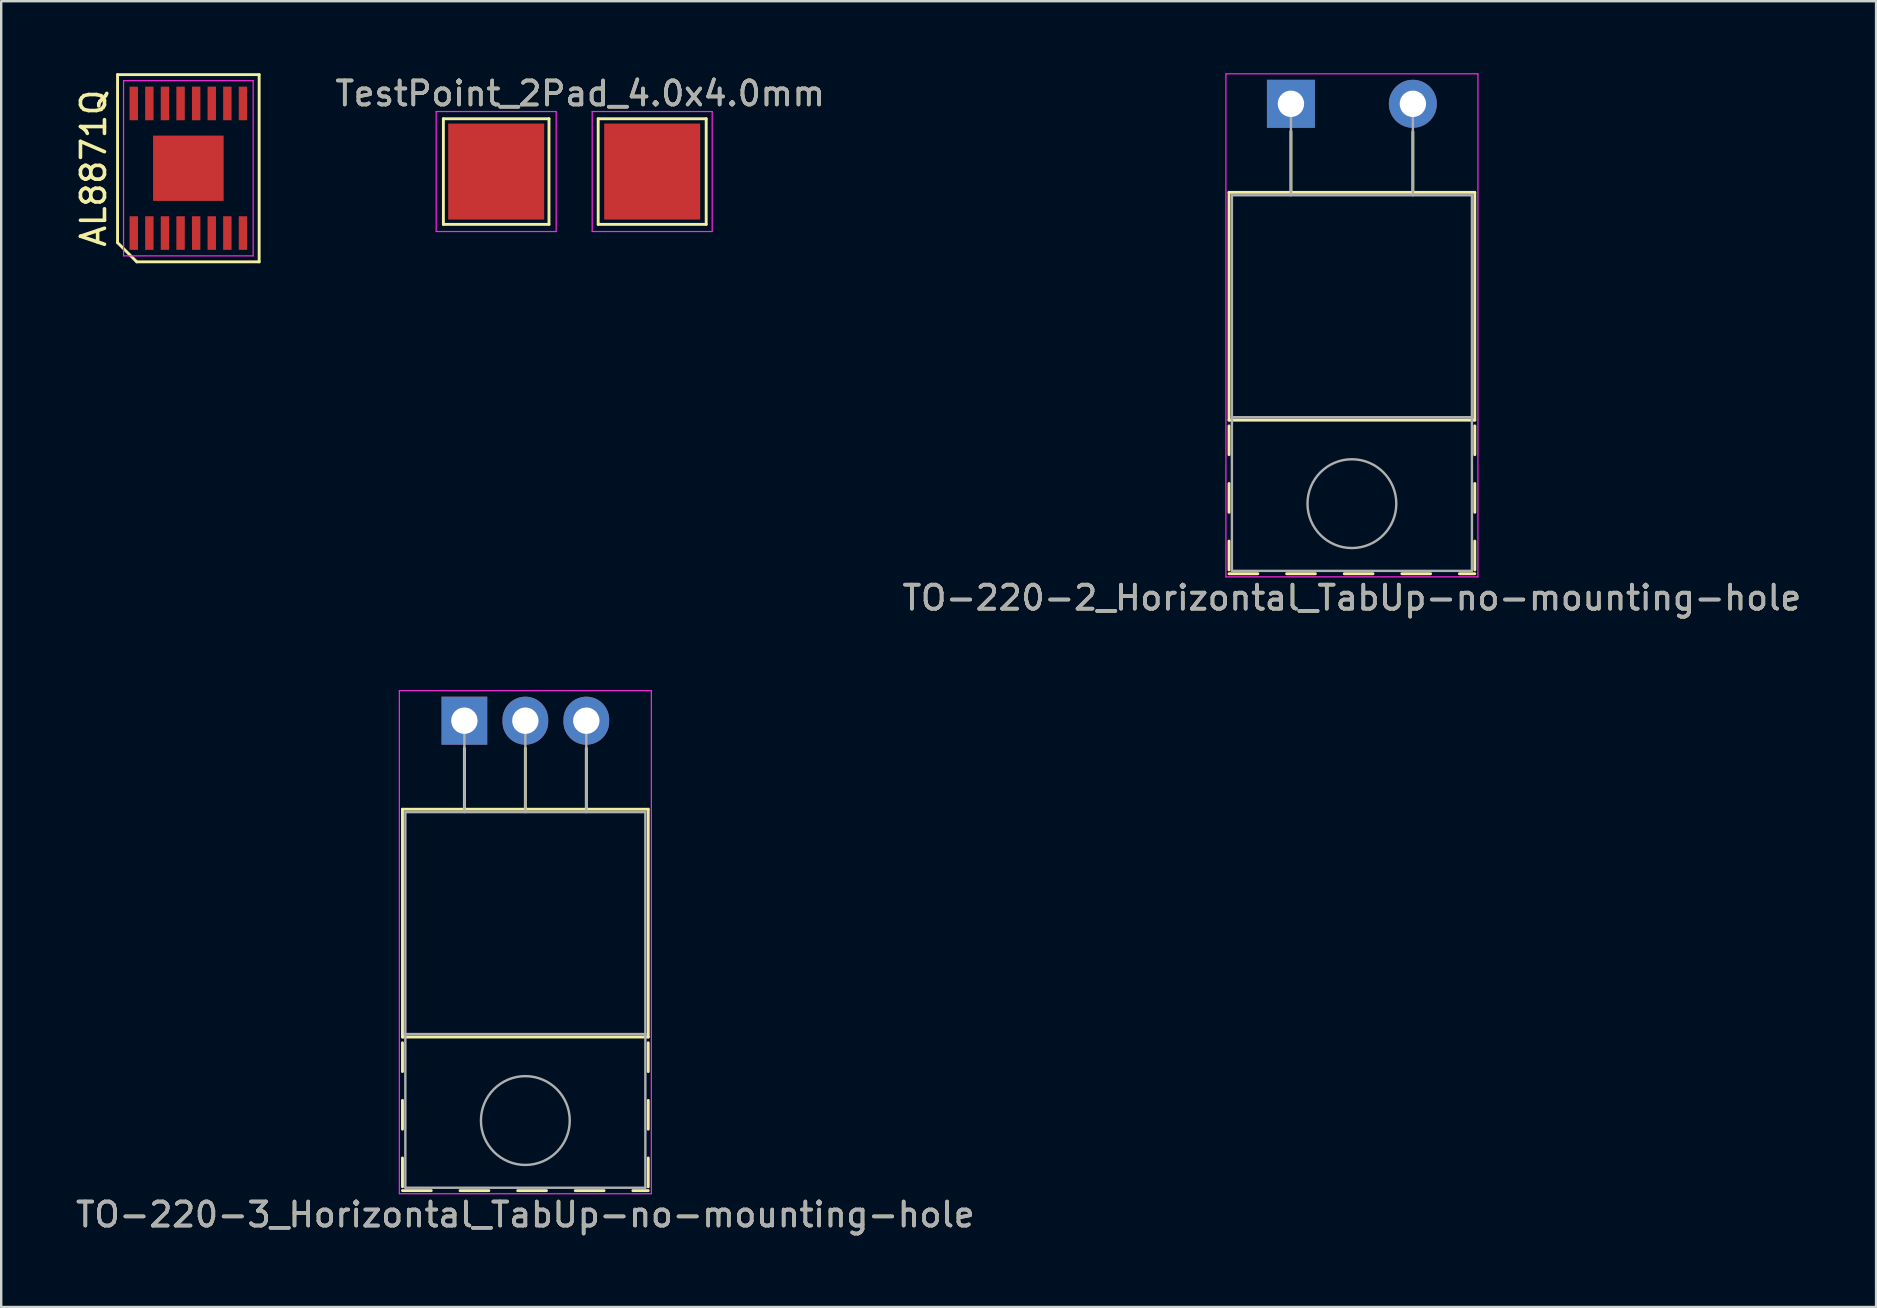
<source format=kicad_pcb>
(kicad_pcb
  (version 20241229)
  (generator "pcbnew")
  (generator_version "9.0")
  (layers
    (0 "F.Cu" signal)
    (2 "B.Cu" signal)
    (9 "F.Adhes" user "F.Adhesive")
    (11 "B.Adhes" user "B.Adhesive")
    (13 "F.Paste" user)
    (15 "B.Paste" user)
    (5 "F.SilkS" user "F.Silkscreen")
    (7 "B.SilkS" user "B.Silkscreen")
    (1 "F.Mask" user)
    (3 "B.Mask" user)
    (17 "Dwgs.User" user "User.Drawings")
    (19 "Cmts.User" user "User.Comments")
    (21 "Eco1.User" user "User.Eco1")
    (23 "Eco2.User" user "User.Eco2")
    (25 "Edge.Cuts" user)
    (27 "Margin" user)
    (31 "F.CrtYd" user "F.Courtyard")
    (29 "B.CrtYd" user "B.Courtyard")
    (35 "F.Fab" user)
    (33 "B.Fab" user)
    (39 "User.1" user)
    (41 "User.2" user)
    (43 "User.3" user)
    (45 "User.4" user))
  (footprint "TestPoint_2Pad_4.0x4.0mm"
    (layer "F.Cu")
    (at 20.874 4.348)
    (property "Reference" "TestPoint_2Pad_4.0x4.0mm" (at 0.25 -3.5 0) (layer "F.SilkS") (effects (font (size 1 1) (thickness 0.15))))
    (attr exclude_from_pos_files exclude_from_bom)
    (fp_line (start -5.45 -2.45) (end -1.05 -2.45) (stroke (width 0.12) (type solid)) (layer "F.SilkS"))
    (fp_line (start -5.45 1.95) (end -5.45 -2.45) (stroke (width 0.12) (type solid)) (layer "F.SilkS"))
    (fp_line (start -1.05 -2.45) (end -1.05 1.95) (stroke (width 0.12) (type solid)) (layer "F.SilkS"))
    (fp_line (start -1.05 1.95) (end -5.45 1.95) (stroke (width 0.12) (type solid)) (layer "F.SilkS"))
    (fp_line (start 1 -2.45) (end 1 1.95) (stroke (width 0.12) (type solid)) (layer "F.SilkS"))
    (fp_line (start 1 -2.45) (end 5.5 -2.45) (stroke (width 0.12) (type solid)) (layer "F.SilkS"))
    (fp_line (start 1 1.95) (end 5.5 1.95) (stroke (width 0.12) (type solid)) (layer "F.SilkS"))
    (fp_line (start 5.5 -2.45) (end 5.5 1.95) (stroke (width 0.12) (type solid)) (layer "F.SilkS"))
    (fp_line (start -5.75 -2.75) (end -5.75 2.25) (stroke (width 0.05) (type solid)) (layer "F.CrtYd"))
    (fp_line (start -5.75 -2.75) (end -0.75 -2.75) (stroke (width 0.05) (type solid)) (layer "F.CrtYd"))
    (fp_line (start -0.75 2.25) (end -5.75 2.25) (stroke (width 0.05) (type solid)) (layer "F.CrtYd"))
    (fp_line (start -0.75 2.25) (end -0.75 -2.75) (stroke (width 0.05) (type solid)) (layer "F.CrtYd"))
    (fp_line (start 0.75 2.25) (end 0.75 -2.75) (stroke (width 0.05) (type solid)) (layer "F.CrtYd"))
    (fp_line (start 5.75 -2.75) (end 0.75 -2.75) (stroke (width 0.05) (type solid)) (layer "F.CrtYd"))
    (fp_line (start 5.75 2.25) (end 0.75 2.25) (stroke (width 0.05) (type solid)) (layer "F.CrtYd"))
    (fp_line (start 5.75 2.25) (end 5.75 -2.75) (stroke (width 0.05) (type solid)) (layer "F.CrtYd"))
    (fp_text user "${REFERENCE}" (at 0.25 -3.5 0) (layer "F.Fab") (effects (font (size 1 1) (thickness 0.15))))
    (pad "1" smd rect (at -3.25 -0.25) (size 4 4) (layers "F.Cu" "F.Mask"))
    (pad "2" smd rect (at 3.25 -0.25) (size 4 4) (layers "F.Cu" "F.Mask")))
  (footprint "AL8871Q"
    (layer "F.Cu")
    (at 4.798 3.96)
    (property "Reference" "AL8871Q" (at -3.95 0 90) (layer "F.SilkS") (effects (font (size 1 1) (thickness 0.15))))
    (attr smd)
    (fp_line (start -2.95 -3.9) (end 2.95 -3.9) (stroke (width 0.12) (type solid)) (layer "F.SilkS"))
    (fp_line (start -2.95 3.1) (end -2.95 -3.9) (stroke (width 0.12) (type solid)) (layer "F.SilkS"))
    (fp_line (start -2.15 3.9) (end -2.95 3.1) (stroke (width 0.12) (type solid)) (layer "F.SilkS"))
    (fp_line (start 2.95 -3.9) (end 2.95 3.9) (stroke (width 0.12) (type solid)) (layer "F.SilkS"))
    (fp_line (start 2.95 3.9) (end -2.15 3.9) (stroke (width 0.12) (type solid)) (layer "F.SilkS"))
    (fp_line (start -2.7 -3.65) (end 2.7 -3.65) (stroke (width 0.05) (type solid)) (layer "F.CrtYd"))
    (fp_line (start -2.7 3.65) (end -2.7 -3.65) (stroke (width 0.05) (type solid)) (layer "F.CrtYd"))
    (fp_line (start 2.7 -3.65) (end 2.7 3.65) (stroke (width 0.05) (type solid)) (layer "F.CrtYd"))
    (fp_line (start 2.7 3.65) (end -2.7 3.65) (stroke (width 0.05) (type solid)) (layer "F.CrtYd"))
    (pad "1" smd rect (at -2.275 2.7) (size 0.35 1.4) (layers "F.Cu" "F.Mask" "F.Paste"))
    (pad "2" smd rect (at -1.625 2.7) (size 0.35 1.4) (layers "F.Cu" "F.Mask" "F.Paste"))
    (pad "3" smd rect (at -0.975 2.7) (size 0.35 1.4) (layers "F.Cu" "F.Mask" "F.Paste"))
    (pad "4" smd rect (at -0.325 2.7) (size 0.35 1.4) (layers "F.Cu" "F.Mask" "F.Paste"))
    (pad "5" smd rect (at 0.325 2.7) (size 0.35 1.4) (layers "F.Cu" "F.Mask" "F.Paste"))
    (pad "6" smd rect (at 0.975 2.7) (size 0.35 1.4) (layers "F.Cu" "F.Mask" "F.Paste"))
    (pad "7" smd rect (at 1.625 2.7) (size 0.35 1.4) (layers "F.Cu" "F.Mask" "F.Paste"))
    (pad "8" smd rect (at 2.275 2.7) (size 0.35 1.4) (layers "F.Cu" "F.Mask" "F.Paste"))
    (pad "9" smd rect (at 2.275 -2.7) (size 0.35 1.4) (layers "F.Cu" "F.Mask" "F.Paste"))
    (pad "10" smd rect (at 1.625 -2.7) (size 0.35 1.4) (layers "F.Cu" "F.Mask" "F.Paste"))
    (pad "11" smd rect (at 0.975 -2.7) (size 0.35 1.4) (layers "F.Cu" "F.Mask" "F.Paste"))
    (pad "12" smd rect (at 0.325 -2.7) (size 0.35 1.4) (layers "F.Cu" "F.Mask" "F.Paste"))
    (pad "13" smd rect (at -0.325 -2.7) (size 0.35 1.4) (layers "F.Cu" "F.Mask" "F.Paste"))
    (pad "14" smd rect (at -0.975 -2.7) (size 0.35 1.4) (layers "F.Cu" "F.Mask" "F.Paste"))
    (pad "15" smd rect (at -1.625 -2.7) (size 0.35 1.4) (layers "F.Cu" "F.Mask" "F.Paste"))
    (pad "16" smd rect (at -2.275 -2.7) (size 0.35 1.4) (layers "F.Cu" "F.Mask" "F.Paste"))
    (pad "17" smd rect (at 0 0) (size 2.94 2.72) (layers "F.Cu" "F.Mask" "F.Paste")))
  (footprint "TO-220-3_Horizontal_TabUp-no-mounting-hole"
    (layer "F.Cu")
    (at 16.299 26.978)
    (property "Reference" "TO-220-3_Horizontal_TabUp-no-mounting-hole" (at 2.54 20.58 0) (layer "F.SilkS") (effects (font (size 1 1) (thickness 0.15))))
    (attr through_hole)
    (fp_line (start -2.58 3.69) (end -2.58 13.18) (stroke (width 0.12) (type solid)) (layer "F.SilkS"))
    (fp_line (start -2.58 3.69) (end 7.66 3.69) (stroke (width 0.12) (type solid)) (layer "F.SilkS"))
    (fp_line (start -2.58 13.18) (end 7.66 13.18) (stroke (width 0.12) (type solid)) (layer "F.SilkS"))
    (fp_line (start -2.58 13.42) (end -2.58 14.62) (stroke (width 0.12) (type solid)) (layer "F.SilkS"))
    (fp_line (start -2.58 15.82) (end -2.58 17.02) (stroke (width 0.12) (type solid)) (layer "F.SilkS"))
    (fp_line (start -2.58 18.22) (end -2.58 19.42) (stroke (width 0.12) (type solid)) (layer "F.SilkS"))
    (fp_line (start -2.58 19.58) (end -1.38 19.58) (stroke (width 0.12) (type solid)) (layer "F.SilkS"))
    (fp_line (start -0.181 19.58) (end 1.02 19.58) (stroke (width 0.12) (type solid)) (layer "F.SilkS"))
    (fp_line (start 0 1.15) (end 0 3.69) (stroke (width 0.12) (type solid)) (layer "F.SilkS"))
    (fp_line (start 2.22 19.58) (end 3.42 19.58) (stroke (width 0.12) (type solid)) (layer "F.SilkS"))
    (fp_line (start 2.54 1.15) (end 2.54 3.69) (stroke (width 0.12) (type solid)) (layer "F.SilkS"))
    (fp_line (start 4.62 19.58) (end 5.82 19.58) (stroke (width 0.12) (type solid)) (layer "F.SilkS"))
    (fp_line (start 5.08 1.15) (end 5.08 3.69) (stroke (width 0.12) (type solid)) (layer "F.SilkS"))
    (fp_line (start 7.02 19.58) (end 7.66 19.58) (stroke (width 0.12) (type solid)) (layer "F.SilkS"))
    (fp_line (start 7.66 3.69) (end 7.66 13.18) (stroke (width 0.12) (type solid)) (layer "F.SilkS"))
    (fp_line (start 7.66 13.42) (end 7.66 14.62) (stroke (width 0.12) (type solid)) (layer "F.SilkS"))
    (fp_line (start 7.66 15.82) (end 7.66 17.02) (stroke (width 0.12) (type solid)) (layer "F.SilkS"))
    (fp_line (start 7.66 18.22) (end 7.66 19.42) (stroke (width 0.12) (type solid)) (layer "F.SilkS"))
    (fp_line (start -2.71 -1.25) (end -2.71 19.71) (stroke (width 0.05) (type solid)) (layer "F.CrtYd"))
    (fp_line (start -2.71 19.71) (end 7.79 19.71) (stroke (width 0.05) (type solid)) (layer "F.CrtYd"))
    (fp_line (start 7.79 -1.25) (end -2.71 -1.25) (stroke (width 0.05) (type solid)) (layer "F.CrtYd"))
    (fp_line (start 7.79 19.71) (end 7.79 -1.25) (stroke (width 0.05) (type solid)) (layer "F.CrtYd"))
    (fp_line (start -2.46 3.81) (end -2.46 13.06) (stroke (width 0.1) (type solid)) (layer "F.Fab"))
    (fp_line (start -2.46 13.06) (end -2.46 19.46) (stroke (width 0.1) (type solid)) (layer "F.Fab"))
    (fp_line (start -2.46 13.06) (end 7.54 13.06) (stroke (width 0.1) (type solid)) (layer "F.Fab"))
    (fp_line (start -2.46 19.46) (end 7.54 19.46) (stroke (width 0.1) (type solid)) (layer "F.Fab"))
    (fp_line (start 0 3.81) (end 0 0) (stroke (width 0.1) (type solid)) (layer "F.Fab"))
    (fp_line (start 2.54 3.81) (end 2.54 0) (stroke (width 0.1) (type solid)) (layer "F.Fab"))
    (fp_line (start 5.08 3.81) (end 5.08 0) (stroke (width 0.1) (type solid)) (layer "F.Fab"))
    (fp_line (start 7.54 3.81) (end -2.46 3.81) (stroke (width 0.1) (type solid)) (layer "F.Fab"))
    (fp_line (start 7.54 13.06) (end -2.46 13.06) (stroke (width 0.1) (type solid)) (layer "F.Fab"))
    (fp_line (start 7.54 13.06) (end 7.54 3.81) (stroke (width 0.1) (type solid)) (layer "F.Fab"))
    (fp_line (start 7.54 19.46) (end 7.54 13.06) (stroke (width 0.1) (type solid)) (layer "F.Fab"))
    (fp_circle (center 2.54 16.66) (end 4.39 16.66) (stroke (width 0.1) (type solid)) (fill no) (layer "F.Fab"))
    (fp_text user "${REFERENCE}" (at 2.54 20.58 0) (layer "F.Fab") (effects (font (size 1 1) (thickness 0.15))))
    (pad "1" thru_hole rect (at 0 0) (size 1.905 2) (drill 1.1) (layers "*.Cu" "*.Mask"))
    (pad "2" thru_hole oval (at 2.54 0) (size 1.905 2) (drill 1.1) (layers "*.Cu" "*.Mask"))
    (pad "3" thru_hole oval (at 5.08 0) (size 1.905 2) (drill 1.1) (layers "*.Cu" "*.Mask")))
  (footprint "TO-220-2_Horizontal_TabUp-no-mounting-hole"
    (layer "F.Cu")
    (at 50.738 1.275)
    (property "Reference" "TO-220-2_Horizontal_TabUp-no-mounting-hole" (at 2.54 20.58 0) (layer "F.SilkS") (effects (font (size 1 1) (thickness 0.15))))
    (attr through_hole)
    (fp_line (start -2.58 3.69) (end -2.58 13.18) (stroke (width 0.12) (type solid)) (layer "F.SilkS"))
    (fp_line (start -2.58 3.69) (end 7.66 3.69) (stroke (width 0.12) (type solid)) (layer "F.SilkS"))
    (fp_line (start -2.58 13.18) (end 7.66 13.18) (stroke (width 0.12) (type solid)) (layer "F.SilkS"))
    (fp_line (start -2.58 13.42) (end -2.58 14.62) (stroke (width 0.12) (type solid)) (layer "F.SilkS"))
    (fp_line (start -2.58 15.82) (end -2.58 17.02) (stroke (width 0.12) (type solid)) (layer "F.SilkS"))
    (fp_line (start -2.58 18.22) (end -2.58 19.42) (stroke (width 0.12) (type solid)) (layer "F.SilkS"))
    (fp_line (start -2.58 19.58) (end -1.38 19.58) (stroke (width 0.12) (type solid)) (layer "F.SilkS"))
    (fp_line (start -0.181 19.58) (end 1.02 19.58) (stroke (width 0.12) (type solid)) (layer "F.SilkS"))
    (fp_line (start 0 1.15) (end 0 3.69) (stroke (width 0.12) (type solid)) (layer "F.SilkS"))
    (fp_line (start 2.22 19.58) (end 3.42 19.58) (stroke (width 0.12) (type solid)) (layer "F.SilkS"))
    (fp_line (start 4.62 19.58) (end 5.82 19.58) (stroke (width 0.12) (type solid)) (layer "F.SilkS"))
    (fp_line (start 5.08 1.165) (end 5.08 3.69) (stroke (width 0.12) (type solid)) (layer "F.SilkS"))
    (fp_line (start 7.02 19.58) (end 7.66 19.58) (stroke (width 0.12) (type solid)) (layer "F.SilkS"))
    (fp_line (start 7.66 3.69) (end 7.66 13.18) (stroke (width 0.12) (type solid)) (layer "F.SilkS"))
    (fp_line (start 7.66 13.42) (end 7.66 14.62) (stroke (width 0.12) (type solid)) (layer "F.SilkS"))
    (fp_line (start 7.66 15.82) (end 7.66 17.02) (stroke (width 0.12) (type solid)) (layer "F.SilkS"))
    (fp_line (start 7.66 18.22) (end 7.66 19.42) (stroke (width 0.12) (type solid)) (layer "F.SilkS"))
    (fp_line (start -2.71 -1.25) (end -2.71 19.71) (stroke (width 0.05) (type solid)) (layer "F.CrtYd"))
    (fp_line (start -2.71 19.71) (end 7.79 19.71) (stroke (width 0.05) (type solid)) (layer "F.CrtYd"))
    (fp_line (start 7.79 -1.25) (end -2.71 -1.25) (stroke (width 0.05) (type solid)) (layer "F.CrtYd"))
    (fp_line (start 7.79 19.71) (end 7.79 -1.25) (stroke (width 0.05) (type solid)) (layer "F.CrtYd"))
    (fp_line (start -2.46 3.81) (end -2.46 13.06) (stroke (width 0.1) (type solid)) (layer "F.Fab"))
    (fp_line (start -2.46 13.06) (end -2.46 19.46) (stroke (width 0.1) (type solid)) (layer "F.Fab"))
    (fp_line (start -2.46 13.06) (end 7.54 13.06) (stroke (width 0.1) (type solid)) (layer "F.Fab"))
    (fp_line (start -2.46 19.46) (end 7.54 19.46) (stroke (width 0.1) (type solid)) (layer "F.Fab"))
    (fp_line (start 0 3.81) (end 0 0) (stroke (width 0.1) (type solid)) (layer "F.Fab"))
    (fp_line (start 5.08 3.81) (end 5.08 0) (stroke (width 0.1) (type solid)) (layer "F.Fab"))
    (fp_line (start 7.54 3.81) (end -2.46 3.81) (stroke (width 0.1) (type solid)) (layer "F.Fab"))
    (fp_line (start 7.54 13.06) (end -2.46 13.06) (stroke (width 0.1) (type solid)) (layer "F.Fab"))
    (fp_line (start 7.54 13.06) (end 7.54 3.81) (stroke (width 0.1) (type solid)) (layer "F.Fab"))
    (fp_line (start 7.54 19.46) (end 7.54 13.06) (stroke (width 0.1) (type solid)) (layer "F.Fab"))
    (fp_circle (center 2.54 16.66) (end 4.39 16.66) (stroke (width 0.1) (type solid)) (fill no) (layer "F.Fab"))
    (fp_text user "${REFERENCE}" (at 2.54 20.58 0) (layer "F.Fab") (effects (font (size 1 1) (thickness 0.15))))
    (pad "1" thru_hole rect (at 0 0) (size 2 2) (drill 1.1) (layers "*.Cu" "*.Mask"))
    (pad "2" thru_hole oval (at 5.08 0) (size 2 2) (drill 1.1) (layers "*.Cu" "*.Mask")))
  (gr_rect
    (start -3 -3)
    (end 75.118 51.407)
    (stroke (width 0.1) (type default))
    (fill no)
    (layer "Edge.Cuts")))
</source>
